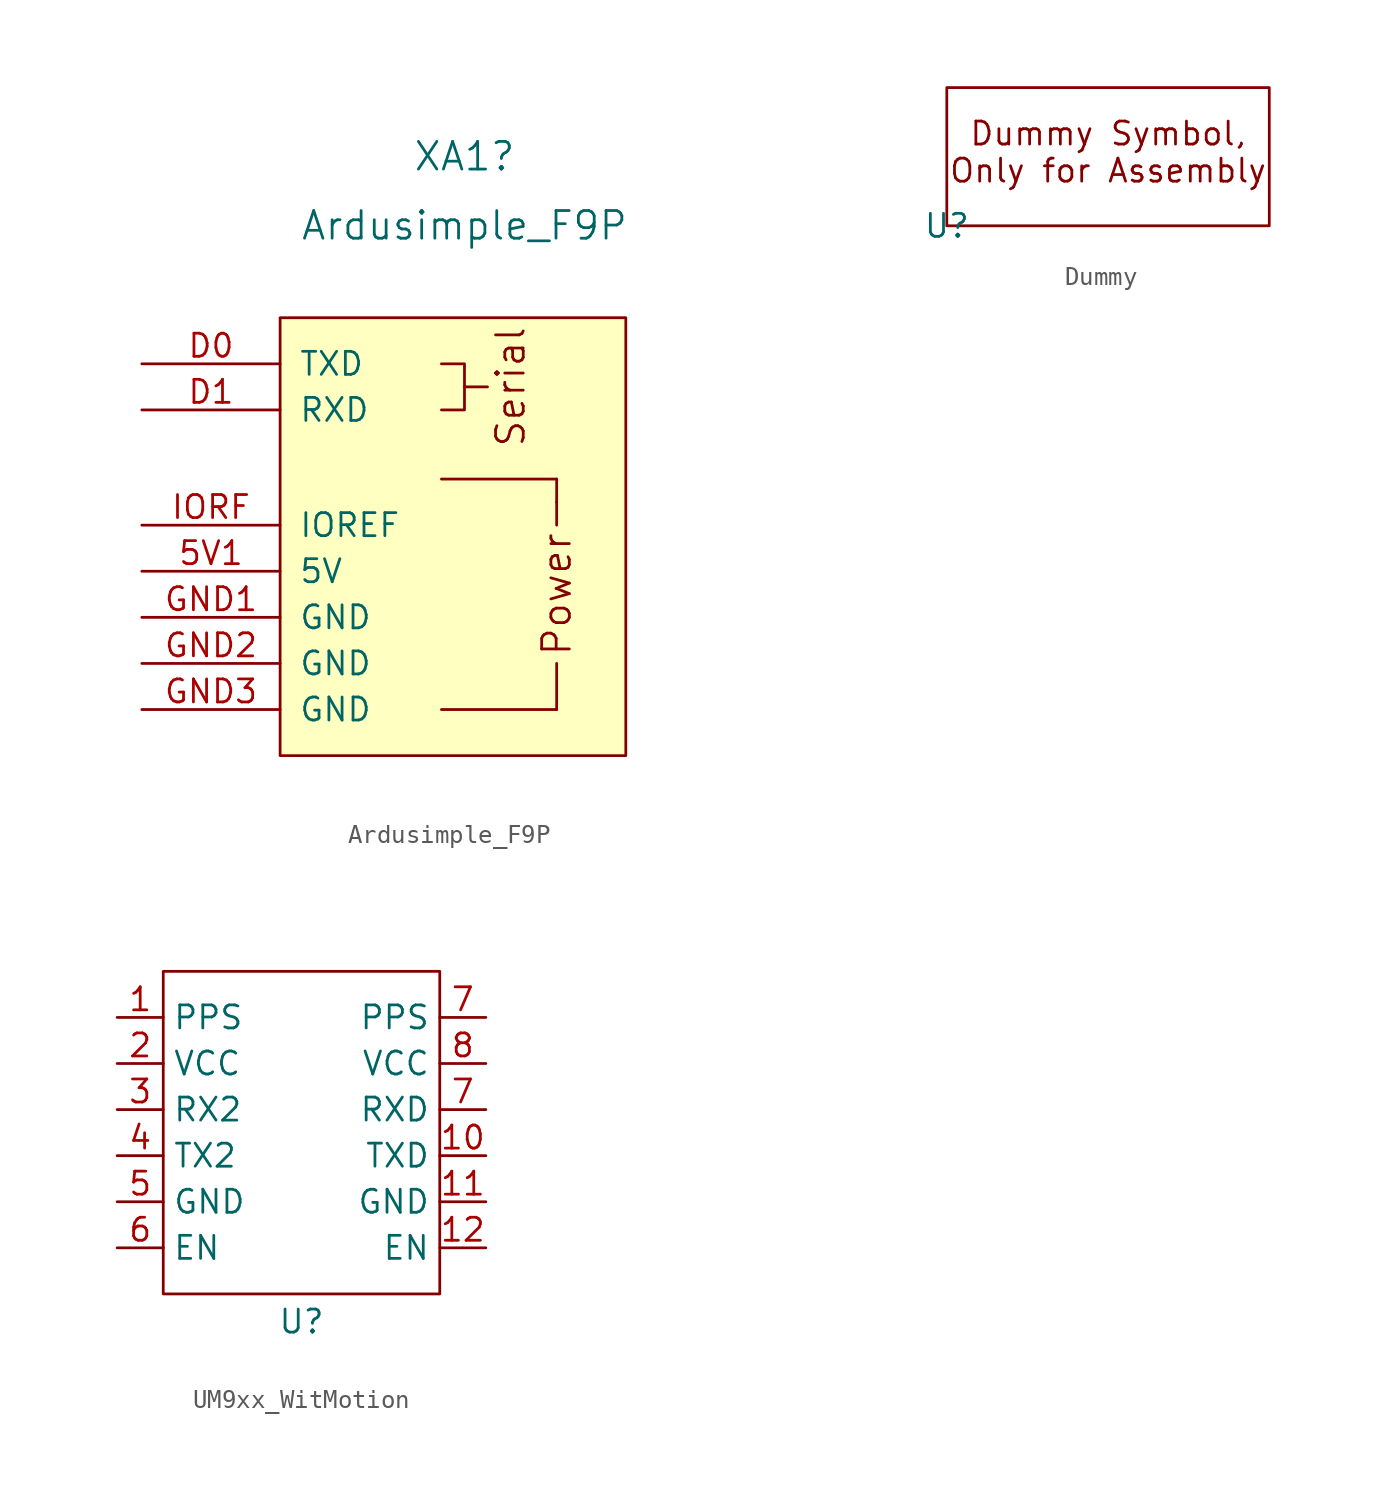
<source format=kicad_sym>
(kicad_symbol_lib
  (version 20231120)
  (generator "kicad_symbol_editor")
  (generator_version "8.0")
  (symbol "Ardusimple_F9P"
    (pin_names
      (offset 1.016))
    (property "Reference" "XA1"
      (at 0 35.56 0)
      (effects (font (size 1.524 1.524))))
    (property "Value" "Ardusimple_F9P"
      (at 0 31.75 0)
      (effects (font (size 1.524 1.524))))
    (symbol "Ardusimple_F9P_0_0"
      (rectangle (start -10.16 26.67) (end 8.89 2.54) (stroke (width 0) (type default)) (fill (type background)))
      (rectangle (start -1.27 5.08) (end 5.08 5.08) (stroke (width 0) (type default)) (fill (type none)))
      (rectangle (start -1.27 17.78) (end 5.08 17.78) (stroke (width 0) (type default)) (fill (type none)))
      (polyline (pts (xy 0 22.86) (xy 1.27 22.86)) (stroke (width 0) (type default)) (fill (type none)))
      (polyline (pts (xy 5.08 5.08) (xy 5.08 7.62)) (stroke (width 0) (type default)) (fill (type none)))
      (polyline (pts (xy 5.08 16.51) (xy 5.08 15.24)) (stroke (width 0) (type default)) (fill (type none)))
      (polyline (pts (xy 5.08 17.78) (xy 5.08 16.51)) (stroke (width 0) (type default)) (fill (type none)))
      (polyline (pts (xy -1.27 24.13) (xy 0 24.13) (xy 0 21.59) (xy -1.27 21.59)) (stroke (width 0) (type default)) (fill (type none)))
      (text "Power" (at 5.08 11.43 900) (effects (font (size 1.524 1.524))))
      (text "Serial" (at 2.54 22.86 900) (effects (font (size 1.524 1.524)))))
    (symbol "Ardusimple_F9P_1_1"
      (pin no_connect line (at 16.51 3.81 180) (length 7.62) hide (name "3.3V" (effects (font (size 1.27 1.27)))) (number "3V3" (effects (font (size 1.27 1.27)))))
      (pin power_in line (at -17.78 12.7 0) (length 7.62) (name "5V" (effects (font (size 1.27 1.27)))) (number "5V1" (effects (font (size 1.27 1.27)))))
      (pin no_connect line (at 16.51 3.81 180) (length 7.62) hide (name "A0" (effects (font (size 1.27 1.27)))) (number "A0" (effects (font (size 1.27 1.27)))))
      (pin no_connect line (at 16.51 3.81 180) (length 7.62) hide (name "A1" (effects (font (size 1.27 1.27)))) (number "A1" (effects (font (size 1.27 1.27)))))
      (pin no_connect line (at 16.51 3.81 180) (length 7.62) hide (name "A2" (effects (font (size 1.27 1.27)))) (number "A2" (effects (font (size 1.27 1.27)))))
      (pin no_connect line (at 16.51 3.81 180) (length 7.62) hide (name "A3" (effects (font (size 1.27 1.27)))) (number "A3" (effects (font (size 1.27 1.27)))))
      (pin no_connect line (at 16.51 3.81 180) (length 7.62) hide (name "A4" (effects (font (size 1.27 1.27)))) (number "A4" (effects (font (size 1.27 1.27)))))
      (pin no_connect line (at 16.51 3.81 180) (length 7.62) hide (name "A5" (effects (font (size 1.27 1.27)))) (number "A5" (effects (font (size 1.27 1.27)))))
      (pin no_connect line (at 16.51 3.81 180) (length 7.62) hide (name "AREF" (effects (font (size 1.27 1.27)))) (number "AREF" (effects (font (size 1.27 1.27)))))
      (pin output line (at -17.78 24.13 0) (length 7.62) (name "TXD" (effects (font (size 1.27 1.27)))) (number "D0" (effects (font (size 1.27 1.27)))))
      (pin input line (at -17.78 21.59 0) (length 7.62) (name "RXD" (effects (font (size 1.27 1.27)))) (number "D1" (effects (font (size 1.27 1.27)))))
      (pin no_connect line (at 16.51 3.81 180) (length 7.62) hide (name "D10_CS" (effects (font (size 1.27 1.27)))) (number "D10" (effects (font (size 1.27 1.27)))))
      (pin no_connect line (at 16.51 3.81 180) (length 7.62) hide (name "D11" (effects (font (size 1.27 1.27)))) (number "D11" (effects (font (size 1.27 1.27)))))
      (pin no_connect line (at 16.51 3.81 180) (length 7.62) hide (name "D12" (effects (font (size 1.27 1.27)))) (number "D12" (effects (font (size 1.27 1.27)))))
      (pin no_connect line (at 16.51 3.81 180) (length 7.62) hide (name "D13" (effects (font (size 1.27 1.27)))) (number "D13" (effects (font (size 1.27 1.27)))))
      (pin no_connect line (at 16.51 3.81 180) (length 7.62) hide (name "D2_INT0" (effects (font (size 1.27 1.27)))) (number "D2" (effects (font (size 1.27 1.27)))))
      (pin no_connect line (at 16.51 3.81 180) (length 7.62) hide (name "D3_INT1" (effects (font (size 1.27 1.27)))) (number "D3" (effects (font (size 1.27 1.27)))))
      (pin no_connect line (at 16.51 3.81 180) (length 7.62) hide (name "D4" (effects (font (size 1.27 1.27)))) (number "D4" (effects (font (size 1.27 1.27)))))
      (pin no_connect line (at 16.51 3.81 180) (length 7.62) hide (name "D5" (effects (font (size 1.27 1.27)))) (number "D5" (effects (font (size 1.27 1.27)))))
      (pin no_connect line (at 16.51 3.81 180) (length 7.62) hide (name "D6" (effects (font (size 1.27 1.27)))) (number "D6" (effects (font (size 1.27 1.27)))))
      (pin no_connect line (at 16.51 3.81 180) (length 7.62) hide (name "D7" (effects (font (size 1.27 1.27)))) (number "D7" (effects (font (size 1.27 1.27)))))
      (pin no_connect line (at 16.51 3.81 180) (length 7.62) hide (name "D8" (effects (font (size 1.27 1.27)))) (number "D8" (effects (font (size 1.27 1.27)))))
      (pin no_connect line (at 16.51 3.81 180) (length 7.62) hide (name "D9" (effects (font (size 1.27 1.27)))) (number "D9" (effects (font (size 1.27 1.27)))))
      (pin power_in line (at -17.78 10.16 0) (length 7.62) (name "GND" (effects (font (size 1.27 1.27)))) (number "GND1" (effects (font (size 1.27 1.27)))))
      (pin power_in line (at -17.78 7.62 0) (length 7.62) (name "GND" (effects (font (size 1.27 1.27)))) (number "GND2" (effects (font (size 1.27 1.27)))))
      (pin power_in line (at -17.78 5.08 0) (length 7.62) (name "GND" (effects (font (size 1.27 1.27)))) (number "GND3" (effects (font (size 1.27 1.27)))))
      (pin power_in line (at -17.78 15.24 0) (length 7.62) (name "IOREF" (effects (font (size 1.27 1.27)))) (number "IORF" (effects (font (size 1.27 1.27)))))
      (pin no_connect input_low (at 16.51 3.81 180) (length 7.62) hide (name "RESET" (effects (font (size 1.27 1.27)))) (number "RST1" (effects (font (size 1.27 1.27)))))
      (pin no_connect clock (at 16.51 3.81 180) (length 7.62) hide (name "SCL" (effects (font (size 1.27 1.27)))) (number "SCL" (effects (font (size 1.27 1.27)))))
      (pin no_connect line (at 16.51 3.81 180) (length 7.62) hide (name "SDA" (effects (font (size 1.27 1.27)))) (number "SDA" (effects (font (size 1.27 1.27)))))
      (pin no_connect line (at 16.51 3.81 180) (length 7.62) hide (name "VIN" (effects (font (size 1.27 1.27)))) (number "VIN" (effects (font (size 1.27 1.27)))))))
  (symbol "Dummy"
    (property "Reference" "U"
      (at 0 0 0)
      (effects (font (size 1.27 1.27))))
    (property "Value" ""
      (at 0 0 0)
      (effects (font (size 1.27 1.27))))
    (symbol "Dummy_0_1"
      (rectangle (start 0 7.62) (end 17.78 0) (stroke (width 0) (type default)) (fill (type none))))
    (symbol "Dummy_1_1"
      (text "Dummy Symbol,\nOnly for Assembly" (at 8.89 4.064 0) (effects (font (size 1.27 1.27))))))
  (symbol "UM9xx_WitMotion"
    (property "Reference" "U"
      (at 7.62 1.016 0)
      (effects (font (size 1.27 1.27))))
    (property "Value" ""
      (at 0 0 0)
      (effects (font (size 1.27 1.27))))
    (symbol "UM9xx_WitMotion_0_1"
      (rectangle (start 0 20.32) (end 15.24 2.54) (stroke (width 0) (type default)) (fill (type none))))
    (symbol "UM9xx_WitMotion_1_1"
      (pin output line (at -2.54 17.78 0) (length 2.54) (name "PPS" (effects (font (size 1.27 1.27)))) (number "1" (effects (font (size 1.27 1.27)))))
      (pin output line (at 17.78 10.16 180) (length 2.54) (name "TXD" (effects (font (size 1.27 1.27)))) (number "10" (effects (font (size 1.27 1.27)))))
      (pin input line (at 17.78 7.62 180) (length 2.54) (name "GND" (effects (font (size 1.27 1.27)))) (number "11" (effects (font (size 1.27 1.27)))))
      (pin output line (at 17.78 5.08 180) (length 2.54) (name "EN" (effects (font (size 1.27 1.27)))) (number "12" (effects (font (size 1.27 1.27)))))
      (pin input line (at -2.54 15.24 0) (length 2.54) (name "VCC" (effects (font (size 1.27 1.27)))) (number "2" (effects (font (size 1.27 1.27)))))
      (pin input line (at -2.54 12.7 0) (length 2.54) (name "RX2" (effects (font (size 1.27 1.27)))) (number "3" (effects (font (size 1.27 1.27)))))
      (pin output line (at -2.54 10.16 0) (length 2.54) (name "TX2" (effects (font (size 1.27 1.27)))) (number "4" (effects (font (size 1.27 1.27)))))
      (pin input line (at -2.54 7.62 0) (length 2.54) (name "GND" (effects (font (size 1.27 1.27)))) (number "5" (effects (font (size 1.27 1.27)))))
      (pin output line (at -2.54 5.08 0) (length 2.54) (name "EN" (effects (font (size 1.27 1.27)))) (number "6" (effects (font (size 1.27 1.27)))))
      (pin output line (at 17.78 17.78 180) (length 2.54) (name "PPS" (effects (font (size 1.27 1.27)))) (number "7" (effects (font (size 1.27 1.27)))))
      (pin input line (at 17.78 12.7 180) (length 2.54) (name "RXD" (effects (font (size 1.27 1.27)))) (number "7" (effects (font (size 1.27 1.27)))))
      (pin input line (at 17.78 15.24 180) (length 2.54) (name "VCC" (effects (font (size 1.27 1.27)))) (number "8" (effects (font (size 1.27 1.27))))))))
</source>
